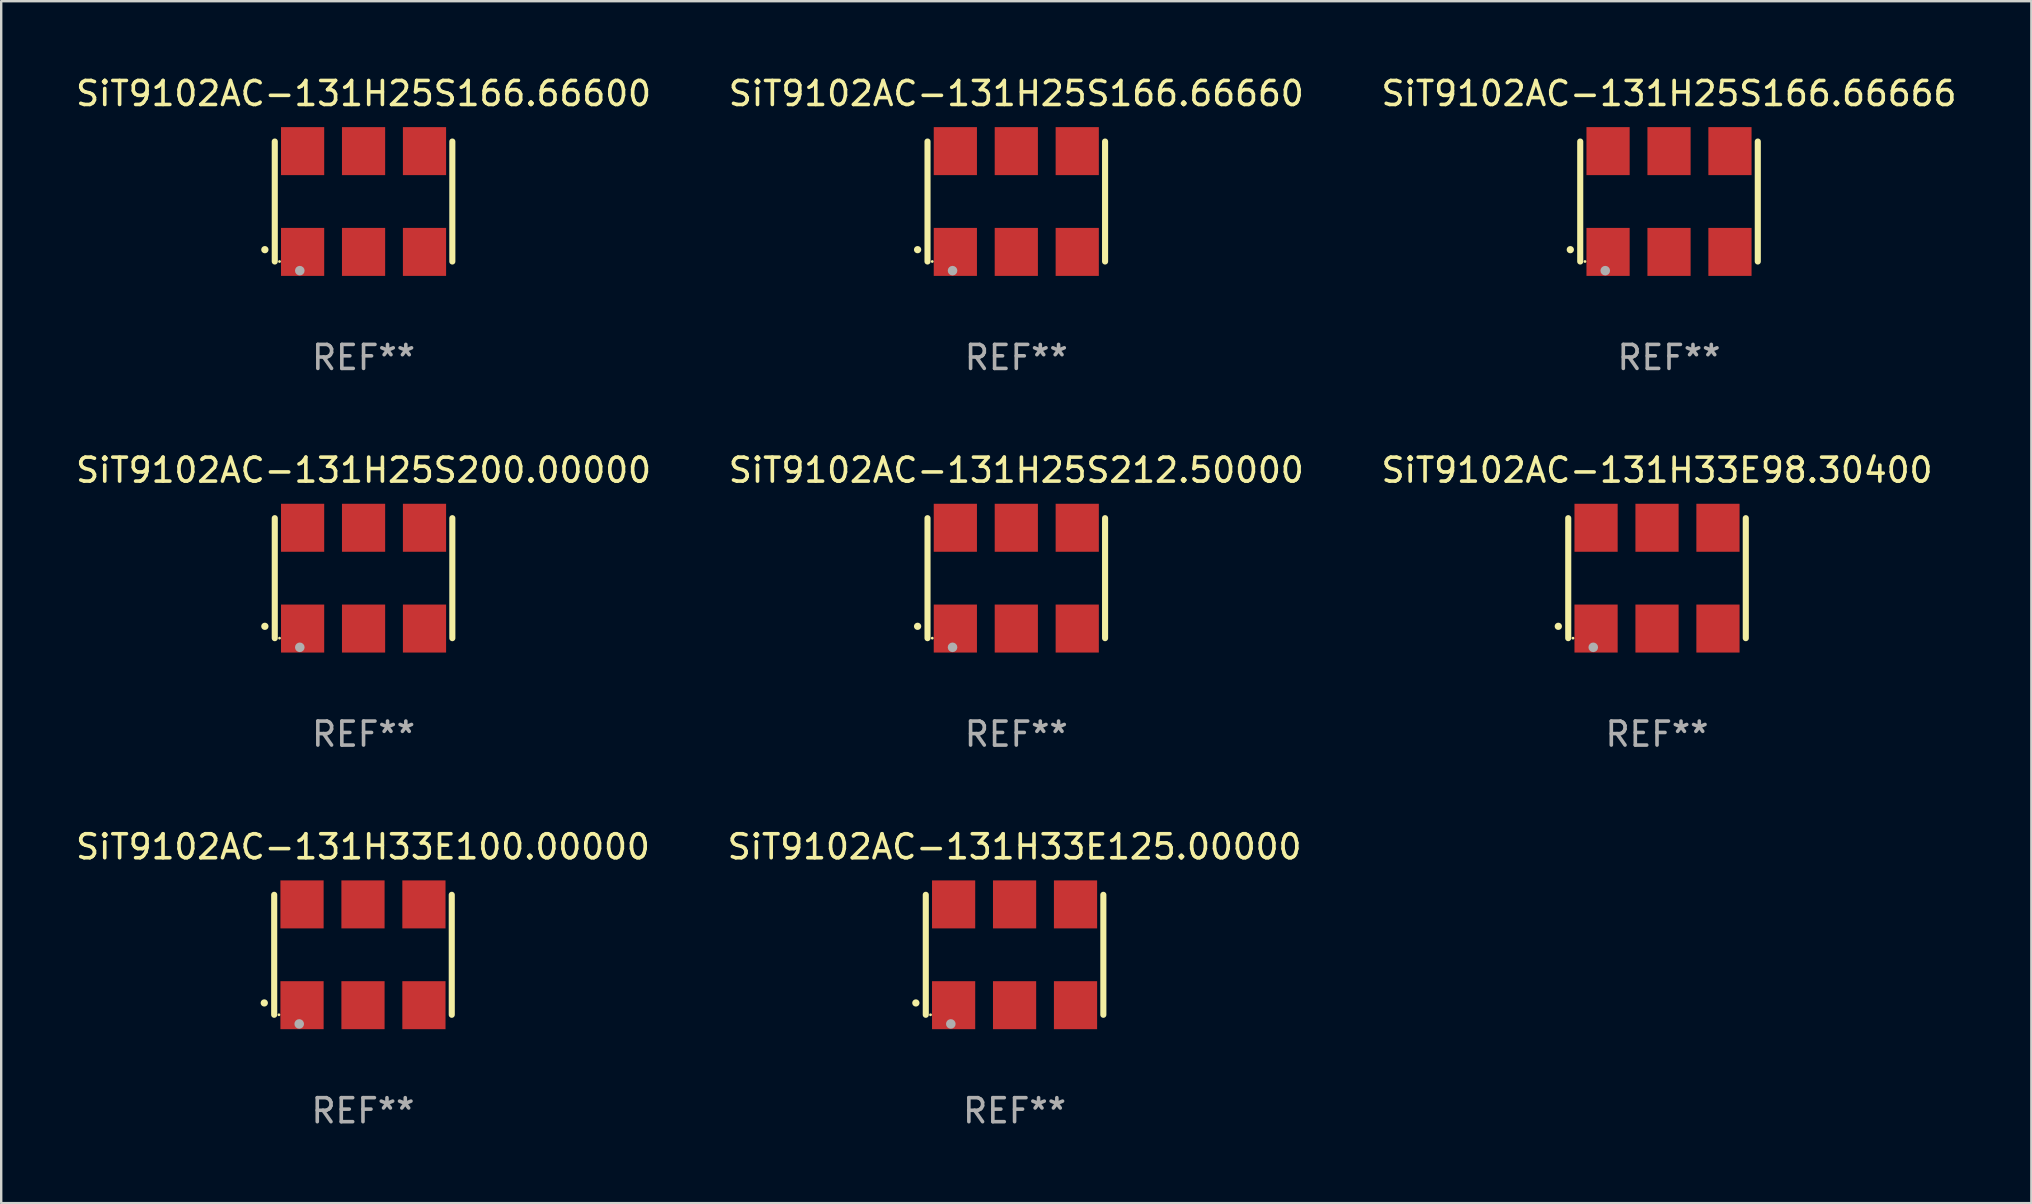
<source format=kicad_pcb>
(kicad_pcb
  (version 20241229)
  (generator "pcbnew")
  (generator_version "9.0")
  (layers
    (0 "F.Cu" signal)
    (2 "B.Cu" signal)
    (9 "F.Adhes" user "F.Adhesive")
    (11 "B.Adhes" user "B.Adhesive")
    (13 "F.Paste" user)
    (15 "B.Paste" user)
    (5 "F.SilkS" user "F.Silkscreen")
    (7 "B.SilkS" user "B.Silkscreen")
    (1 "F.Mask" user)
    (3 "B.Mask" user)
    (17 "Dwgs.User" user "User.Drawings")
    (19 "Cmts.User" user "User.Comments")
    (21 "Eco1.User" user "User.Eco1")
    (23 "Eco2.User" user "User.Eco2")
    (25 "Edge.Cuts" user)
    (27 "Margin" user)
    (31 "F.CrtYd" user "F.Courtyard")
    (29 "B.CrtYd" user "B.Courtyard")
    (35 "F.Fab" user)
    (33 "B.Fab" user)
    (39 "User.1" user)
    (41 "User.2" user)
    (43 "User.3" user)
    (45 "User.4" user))
  (footprint "SiT9102AC-131H33E125.00000"
    (layer "F.Cu")
    (at 39.232 36.741)
    (property "Reference" "SiT9102AC-131H33E125.00000" (at 0 -4.5 0) (layer "F.SilkS") (effects (font (size 1 1) (thickness 0.15))))
    (attr through_hole)
    (fp_line (start -3.7 -2.5) (end -3.7 2.5) (stroke (width 0.254) (type solid)) (layer "F.SilkS"))
    (fp_line (start 3.7 -2.5) (end 3.7 2.5) (stroke (width 0.254) (type solid)) (layer "F.SilkS"))
    (fp_arc (start -4.114415 2.006604) (mid -4.113145 2.006599) (end -4.111875 2.006604) (stroke (width 0.3) (type solid)) (layer "F.SilkS"))
    (fp_circle (center -3.502 2.5) (end -3.472 2.5) (stroke (width 0.06) (type solid)) (fill no) (layer "F.SilkS"))
    (fp_circle (center -2.657 2.882) (end -2.557 2.882) (stroke (width 0.2) (type solid)) (fill no) (layer "F.Fab"))
    (fp_text user "REF**" (at 0 6.5 0) (layer "F.Fab") (effects (font (size 1 1) (thickness 0.15))))
    (pad "1" smd rect (at -2.54 2.1) (size 1.8 2) (layers "F.Cu" "F.Mask" "F.Paste"))
    (pad "2" smd rect (at 0.000394 2.1) (size 1.8 2) (layers "F.Cu" "F.Mask" "F.Paste"))
    (pad "3" smd rect (at 2.54 2.1) (size 1.8 2) (layers "F.Cu" "F.Mask" "F.Paste"))
    (pad "4" smd rect (at 2.54 -2.1) (size 1.8 2) (layers "F.Cu" "F.Mask" "F.Paste"))
    (pad "5" smd rect (at 0.000394 -2.1) (size 1.8 2) (layers "F.Cu" "F.Mask" "F.Paste"))
    (pad "6" smd rect (at -2.54 -2.1) (size 1.8 2) (layers "F.Cu" "F.Mask" "F.Paste")))
  (footprint "SiT9102AC-131H25S200.00000"
    (layer "F.Cu")
    (at 12.101 21.045)
    (property "Reference" "SiT9102AC-131H25S200.00000" (at 0 -4.5 0) (layer "F.SilkS") (effects (font (size 1 1) (thickness 0.15))))
    (attr through_hole)
    (fp_line (start -3.7 -2.5) (end -3.7 2.5) (stroke (width 0.254) (type solid)) (layer "F.SilkS"))
    (fp_line (start 3.7 -2.5) (end 3.7 2.5) (stroke (width 0.254) (type solid)) (layer "F.SilkS"))
    (fp_arc (start -4.114415 2.006604) (mid -4.113145 2.006599) (end -4.111875 2.006604) (stroke (width 0.3) (type solid)) (layer "F.SilkS"))
    (fp_circle (center -3.502 2.5) (end -3.472 2.5) (stroke (width 0.06) (type solid)) (fill no) (layer "F.SilkS"))
    (fp_circle (center -2.657 2.882) (end -2.557 2.882) (stroke (width 0.2) (type solid)) (fill no) (layer "F.Fab"))
    (fp_text user "REF**" (at 0 6.5 0) (layer "F.Fab") (effects (font (size 1 1) (thickness 0.15))))
    (pad "1" smd rect (at -2.54 2.1) (size 1.8 2) (layers "F.Cu" "F.Mask" "F.Paste"))
    (pad "2" smd rect (at 0.000394 2.1) (size 1.8 2) (layers "F.Cu" "F.Mask" "F.Paste"))
    (pad "3" smd rect (at 2.54 2.1) (size 1.8 2) (layers "F.Cu" "F.Mask" "F.Paste"))
    (pad "4" smd rect (at 2.54 -2.1) (size 1.8 2) (layers "F.Cu" "F.Mask" "F.Paste"))
    (pad "5" smd rect (at 0.000394 -2.1) (size 1.8 2) (layers "F.Cu" "F.Mask" "F.Paste"))
    (pad "6" smd rect (at -2.54 -2.1) (size 1.8 2) (layers "F.Cu" "F.Mask" "F.Paste")))
  (footprint "SiT9102AC-131H33E98.30400"
    (layer "F.Cu")
    (at 66.006 21.045)
    (property "Reference" "SiT9102AC-131H33E98.30400" (at 0 -4.5 0) (layer "F.SilkS") (effects (font (size 1 1) (thickness 0.15))))
    (attr through_hole)
    (fp_line (start -3.7 -2.5) (end -3.7 2.5) (stroke (width 0.254) (type solid)) (layer "F.SilkS"))
    (fp_line (start 3.7 -2.5) (end 3.7 2.5) (stroke (width 0.254) (type solid)) (layer "F.SilkS"))
    (fp_arc (start -4.114415 2.006604) (mid -4.113145 2.006599) (end -4.111875 2.006604) (stroke (width 0.3) (type solid)) (layer "F.SilkS"))
    (fp_circle (center -3.502 2.5) (end -3.472 2.5) (stroke (width 0.06) (type solid)) (fill no) (layer "F.SilkS"))
    (fp_circle (center -2.657 2.882) (end -2.557 2.882) (stroke (width 0.2) (type solid)) (fill no) (layer "F.Fab"))
    (fp_text user "REF**" (at 0 6.5 0) (layer "F.Fab") (effects (font (size 1 1) (thickness 0.15))))
    (pad "1" smd rect (at -2.54 2.1) (size 1.8 2) (layers "F.Cu" "F.Mask" "F.Paste"))
    (pad "2" smd rect (at 0.000394 2.1) (size 1.8 2) (layers "F.Cu" "F.Mask" "F.Paste"))
    (pad "3" smd rect (at 2.54 2.1) (size 1.8 2) (layers "F.Cu" "F.Mask" "F.Paste"))
    (pad "4" smd rect (at 2.54 -2.1) (size 1.8 2) (layers "F.Cu" "F.Mask" "F.Paste"))
    (pad "5" smd rect (at 0.000394 -2.1) (size 1.8 2) (layers "F.Cu" "F.Mask" "F.Paste"))
    (pad "6" smd rect (at -2.54 -2.1) (size 1.8 2) (layers "F.Cu" "F.Mask" "F.Paste")))
  (footprint "SiT9102AC-131H33E100.00000"
    (layer "F.Cu")
    (at 12.077 36.741)
    (property "Reference" "SiT9102AC-131H33E100.00000" (at 0 -4.5 0) (layer "F.SilkS") (effects (font (size 1 1) (thickness 0.15))))
    (attr through_hole)
    (fp_line (start -3.7 -2.5) (end -3.7 2.5) (stroke (width 0.254) (type solid)) (layer "F.SilkS"))
    (fp_line (start 3.7 -2.5) (end 3.7 2.5) (stroke (width 0.254) (type solid)) (layer "F.SilkS"))
    (fp_arc (start -4.114415 2.006604) (mid -4.113145 2.006599) (end -4.111875 2.006604) (stroke (width 0.3) (type solid)) (layer "F.SilkS"))
    (fp_circle (center -3.502 2.5) (end -3.472 2.5) (stroke (width 0.06) (type solid)) (fill no) (layer "F.SilkS"))
    (fp_circle (center -2.657 2.882) (end -2.557 2.882) (stroke (width 0.2) (type solid)) (fill no) (layer "F.Fab"))
    (fp_text user "REF**" (at 0 6.5 0) (layer "F.Fab") (effects (font (size 1 1) (thickness 0.15))))
    (pad "1" smd rect (at -2.54 2.1) (size 1.8 2) (layers "F.Cu" "F.Mask" "F.Paste"))
    (pad "2" smd rect (at 0.000394 2.1) (size 1.8 2) (layers "F.Cu" "F.Mask" "F.Paste"))
    (pad "3" smd rect (at 2.54 2.1) (size 1.8 2) (layers "F.Cu" "F.Mask" "F.Paste"))
    (pad "4" smd rect (at 2.54 -2.1) (size 1.8 2) (layers "F.Cu" "F.Mask" "F.Paste"))
    (pad "5" smd rect (at 0.000394 -2.1) (size 1.8 2) (layers "F.Cu" "F.Mask" "F.Paste"))
    (pad "6" smd rect (at -2.54 -2.1) (size 1.8 2) (layers "F.Cu" "F.Mask" "F.Paste")))
  (footprint "SiT9102AC-131H25S166.66660"
    (layer "F.Cu")
    (at 39.304 5.348)
    (property "Reference" "SiT9102AC-131H25S166.66660" (at 0 -4.5 0) (layer "F.SilkS") (effects (font (size 1 1) (thickness 0.15))))
    (attr through_hole)
    (fp_line (start -3.7 -2.5) (end -3.7 2.5) (stroke (width 0.254) (type solid)) (layer "F.SilkS"))
    (fp_line (start 3.7 -2.5) (end 3.7 2.5) (stroke (width 0.254) (type solid)) (layer "F.SilkS"))
    (fp_arc (start -4.114415 2.006604) (mid -4.113145 2.006599) (end -4.111875 2.006604) (stroke (width 0.3) (type solid)) (layer "F.SilkS"))
    (fp_circle (center -3.502 2.5) (end -3.472 2.5) (stroke (width 0.06) (type solid)) (fill no) (layer "F.SilkS"))
    (fp_circle (center -2.657 2.882) (end -2.557 2.882) (stroke (width 0.2) (type solid)) (fill no) (layer "F.Fab"))
    (fp_text user "REF**" (at 0 6.5 0) (layer "F.Fab") (effects (font (size 1 1) (thickness 0.15))))
    (pad "1" smd rect (at -2.54 2.1) (size 1.8 2) (layers "F.Cu" "F.Mask" "F.Paste"))
    (pad "2" smd rect (at 0.000394 2.1) (size 1.8 2) (layers "F.Cu" "F.Mask" "F.Paste"))
    (pad "3" smd rect (at 2.54 2.1) (size 1.8 2) (layers "F.Cu" "F.Mask" "F.Paste"))
    (pad "4" smd rect (at 2.54 -2.1) (size 1.8 2) (layers "F.Cu" "F.Mask" "F.Paste"))
    (pad "5" smd rect (at 0.000394 -2.1) (size 1.8 2) (layers "F.Cu" "F.Mask" "F.Paste"))
    (pad "6" smd rect (at -2.54 -2.1) (size 1.8 2) (layers "F.Cu" "F.Mask" "F.Paste")))
  (footprint "SiT9102AC-131H25S166.66666"
    (layer "F.Cu")
    (at 66.506 5.348)
    (property "Reference" "SiT9102AC-131H25S166.66666" (at 0 -4.5 0) (layer "F.SilkS") (effects (font (size 1 1) (thickness 0.15))))
    (attr through_hole)
    (fp_line (start -3.7 -2.5) (end -3.7 2.5) (stroke (width 0.254) (type solid)) (layer "F.SilkS"))
    (fp_line (start 3.7 -2.5) (end 3.7 2.5) (stroke (width 0.254) (type solid)) (layer "F.SilkS"))
    (fp_arc (start -4.114415 2.006604) (mid -4.113145 2.006599) (end -4.111875 2.006604) (stroke (width 0.3) (type solid)) (layer "F.SilkS"))
    (fp_circle (center -3.502 2.5) (end -3.472 2.5) (stroke (width 0.06) (type solid)) (fill no) (layer "F.SilkS"))
    (fp_circle (center -2.657 2.882) (end -2.557 2.882) (stroke (width 0.2) (type solid)) (fill no) (layer "F.Fab"))
    (fp_text user "REF**" (at 0 6.5 0) (layer "F.Fab") (effects (font (size 1 1) (thickness 0.15))))
    (pad "1" smd rect (at -2.54 2.1) (size 1.8 2) (layers "F.Cu" "F.Mask" "F.Paste"))
    (pad "2" smd rect (at 0.000394 2.1) (size 1.8 2) (layers "F.Cu" "F.Mask" "F.Paste"))
    (pad "3" smd rect (at 2.54 2.1) (size 1.8 2) (layers "F.Cu" "F.Mask" "F.Paste"))
    (pad "4" smd rect (at 2.54 -2.1) (size 1.8 2) (layers "F.Cu" "F.Mask" "F.Paste"))
    (pad "5" smd rect (at 0.000394 -2.1) (size 1.8 2) (layers "F.Cu" "F.Mask" "F.Paste"))
    (pad "6" smd rect (at -2.54 -2.1) (size 1.8 2) (layers "F.Cu" "F.Mask" "F.Paste")))
  (footprint "SiT9102AC-131H25S212.50000"
    (layer "F.Cu")
    (at 39.304 21.045)
    (property "Reference" "SiT9102AC-131H25S212.50000" (at 0 -4.5 0) (layer "F.SilkS") (effects (font (size 1 1) (thickness 0.15))))
    (attr through_hole)
    (fp_line (start -3.7 -2.5) (end -3.7 2.5) (stroke (width 0.254) (type solid)) (layer "F.SilkS"))
    (fp_line (start 3.7 -2.5) (end 3.7 2.5) (stroke (width 0.254) (type solid)) (layer "F.SilkS"))
    (fp_arc (start -4.114415 2.006604) (mid -4.113145 2.006599) (end -4.111875 2.006604) (stroke (width 0.3) (type solid)) (layer "F.SilkS"))
    (fp_circle (center -3.502 2.5) (end -3.472 2.5) (stroke (width 0.06) (type solid)) (fill no) (layer "F.SilkS"))
    (fp_circle (center -2.657 2.882) (end -2.557 2.882) (stroke (width 0.2) (type solid)) (fill no) (layer "F.Fab"))
    (fp_text user "REF**" (at 0 6.5 0) (layer "F.Fab") (effects (font (size 1 1) (thickness 0.15))))
    (pad "1" smd rect (at -2.54 2.1) (size 1.8 2) (layers "F.Cu" "F.Mask" "F.Paste"))
    (pad "2" smd rect (at 0.000394 2.1) (size 1.8 2) (layers "F.Cu" "F.Mask" "F.Paste"))
    (pad "3" smd rect (at 2.54 2.1) (size 1.8 2) (layers "F.Cu" "F.Mask" "F.Paste"))
    (pad "4" smd rect (at 2.54 -2.1) (size 1.8 2) (layers "F.Cu" "F.Mask" "F.Paste"))
    (pad "5" smd rect (at 0.000394 -2.1) (size 1.8 2) (layers "F.Cu" "F.Mask" "F.Paste"))
    (pad "6" smd rect (at -2.54 -2.1) (size 1.8 2) (layers "F.Cu" "F.Mask" "F.Paste")))
  (footprint "SiT9102AC-131H25S166.66600"
    (layer "F.Cu")
    (at 12.101 5.348)
    (property "Reference" "SiT9102AC-131H25S166.66600" (at 0 -4.5 0) (layer "F.SilkS") (effects (font (size 1 1) (thickness 0.15))))
    (attr through_hole)
    (fp_line (start -3.7 -2.5) (end -3.7 2.5) (stroke (width 0.254) (type solid)) (layer "F.SilkS"))
    (fp_line (start 3.7 -2.5) (end 3.7 2.5) (stroke (width 0.254) (type solid)) (layer "F.SilkS"))
    (fp_arc (start -4.114415 2.006604) (mid -4.113145 2.006599) (end -4.111875 2.006604) (stroke (width 0.3) (type solid)) (layer "F.SilkS"))
    (fp_circle (center -3.502 2.5) (end -3.472 2.5) (stroke (width 0.06) (type solid)) (fill no) (layer "F.SilkS"))
    (fp_circle (center -2.657 2.882) (end -2.557 2.882) (stroke (width 0.2) (type solid)) (fill no) (layer "F.Fab"))
    (fp_text user "REF**" (at 0 6.5 0) (layer "F.Fab") (effects (font (size 1 1) (thickness 0.15))))
    (pad "1" smd rect (at -2.54 2.1) (size 1.8 2) (layers "F.Cu" "F.Mask" "F.Paste"))
    (pad "2" smd rect (at 0.000394 2.1) (size 1.8 2) (layers "F.Cu" "F.Mask" "F.Paste"))
    (pad "3" smd rect (at 2.54 2.1) (size 1.8 2) (layers "F.Cu" "F.Mask" "F.Paste"))
    (pad "4" smd rect (at 2.54 -2.1) (size 1.8 2) (layers "F.Cu" "F.Mask" "F.Paste"))
    (pad "5" smd rect (at 0.000394 -2.1) (size 1.8 2) (layers "F.Cu" "F.Mask" "F.Paste"))
    (pad "6" smd rect (at -2.54 -2.1) (size 1.8 2) (layers "F.Cu" "F.Mask" "F.Paste")))
  (gr_rect
    (start -3 -3)
    (end 81.607 47.09)
    (stroke (width 0.1) (type default))
    (fill no)
    (layer "Edge.Cuts")))
</source>
